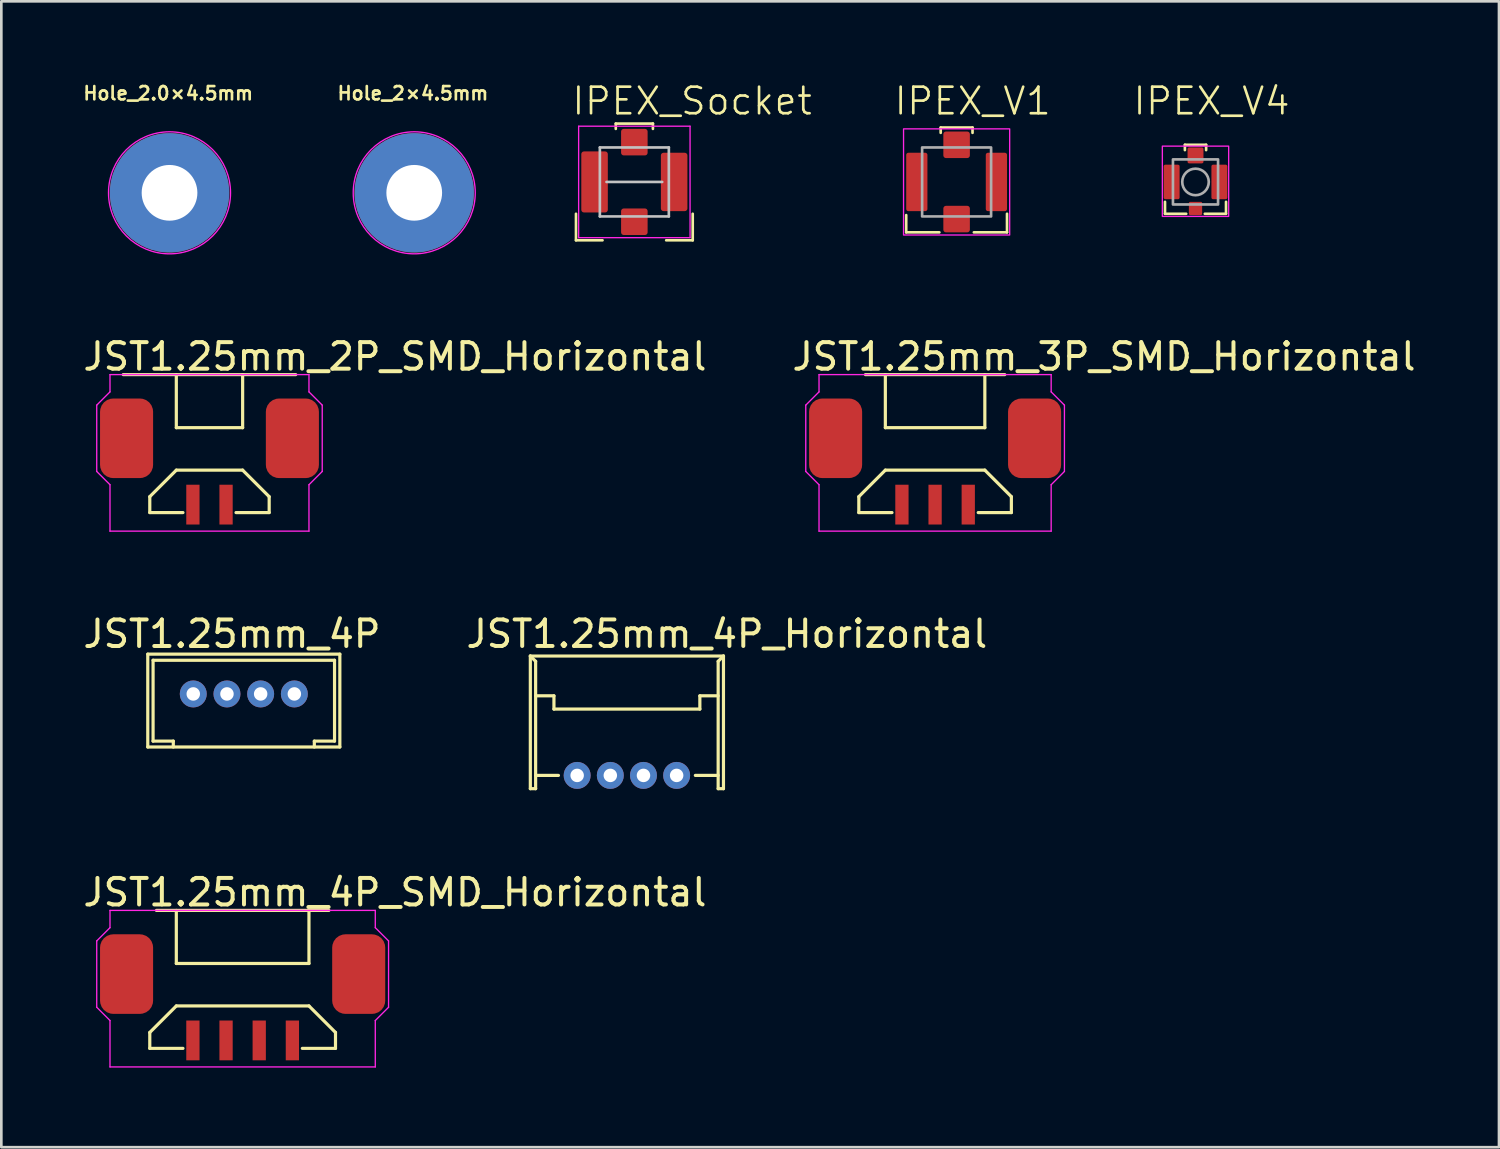
<source format=kicad_pcb>
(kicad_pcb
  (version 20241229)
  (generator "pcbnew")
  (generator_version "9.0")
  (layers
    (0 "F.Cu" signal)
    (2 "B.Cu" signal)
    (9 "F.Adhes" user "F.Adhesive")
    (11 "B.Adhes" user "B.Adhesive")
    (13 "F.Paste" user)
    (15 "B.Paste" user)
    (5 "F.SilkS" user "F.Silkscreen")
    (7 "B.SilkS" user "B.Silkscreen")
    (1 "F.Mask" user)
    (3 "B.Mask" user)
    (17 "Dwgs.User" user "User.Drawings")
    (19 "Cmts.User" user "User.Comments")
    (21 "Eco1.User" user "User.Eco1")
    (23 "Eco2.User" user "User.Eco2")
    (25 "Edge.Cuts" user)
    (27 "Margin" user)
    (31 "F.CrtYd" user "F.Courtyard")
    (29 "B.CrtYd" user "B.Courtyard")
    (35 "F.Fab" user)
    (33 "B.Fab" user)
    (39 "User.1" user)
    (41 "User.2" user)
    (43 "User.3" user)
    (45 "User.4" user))
  (footprint "Hole_2.0×4.5mm"
    (layer "F.Cu")
    (at 3.34 4.218)
    (property "Reference" "Hole_2.0×4.5mm" (at -0.05 -3.75 0) (layer "F.SilkS") (effects (font (size 0.5 0.5) (thickness 0.1) (bold yes))))
    (attr through_hole)
    (fp_circle (center 0 0) (end 2.3 0) (stroke (width 0.05) (type default)) (fill no) (layer "F.CrtYd"))
    (pad "MP" thru_hole circle (at 0 0) (size 4.5 4.5) (drill 2.1) (layers "*.Cu" "*.Mask")))
  (footprint "JST1.25mm_2P_SMD_Horizontal"
    (layer "F.Cu")
    (at 4.846 15.471)
    (property "Reference" "JST1.25mm_2P_SMD_Horizontal" (at -4.846 -5.08 0) (layer "F.SilkS") (effects (font (size 1 1) (thickness 0.15)) (justify left)))
    (attr smd)
    (fp_line (start -3.25 -4.4) (end 3.25 -4.4) (stroke (width 0.12) (type solid)) (layer "F.SilkS"))
    (fp_line (start -2.25 0.2) (end -2.25 0.8) (stroke (width 0.12) (type solid)) (layer "F.SilkS"))
    (fp_line (start -2.25 0.2) (end -1.25 -0.8) (stroke (width 0.12) (type solid)) (layer "F.SilkS"))
    (fp_line (start -2.25 0.8) (end -1 0.8) (stroke (width 0.12) (type solid)) (layer "F.SilkS"))
    (fp_line (start -1.25 -2.4) (end -1.25 -4.4) (stroke (width 0.12) (type solid)) (layer "F.SilkS"))
    (fp_line (start -1.25 -2.4) (end 1.25 -2.4) (stroke (width 0.12) (type solid)) (layer "F.SilkS"))
    (fp_line (start -1.25 -0.8) (end 1.25 -0.8) (stroke (width 0.12) (type solid)) (layer "F.SilkS"))
    (fp_line (start 1 0.8) (end 2.25 0.8) (stroke (width 0.12) (type solid)) (layer "F.SilkS"))
    (fp_line (start 1.25 -2.4) (end 1.25 -4.4) (stroke (width 0.12) (type solid)) (layer "F.SilkS"))
    (fp_line (start 2.25 0.2) (end 1.25 -0.8) (stroke (width 0.12) (type solid)) (layer "F.SilkS"))
    (fp_line (start 2.25 0.2) (end 2.25 0.8) (stroke (width 0.12) (type solid)) (layer "F.SilkS"))
    (fp_line (start -4.25 -3.25) (end -4.25 -0.75) (stroke (width 0.05) (type default)) (layer "F.CrtYd"))
    (fp_line (start -4.25 -0.75) (end -3.75 -0.25) (stroke (width 0.05) (type default)) (layer "F.CrtYd"))
    (fp_line (start -3.75 -4.4) (end -3.75 -3.75) (stroke (width 0.05) (type default)) (layer "F.CrtYd"))
    (fp_line (start -3.75 -3.75) (end -4.25 -3.25) (stroke (width 0.05) (type default)) (layer "F.CrtYd"))
    (fp_line (start -3.75 -0.25) (end -3.75 1.5) (stroke (width 0.05) (type default)) (layer "F.CrtYd"))
    (fp_line (start -3.75 1.5) (end 3.75 1.5) (stroke (width 0.05) (type solid)) (layer "F.CrtYd"))
    (fp_line (start 3.75 -4.4) (end -3.75 -4.4) (stroke (width 0.05) (type solid)) (layer "F.CrtYd"))
    (fp_line (start 3.75 -4.4) (end 3.75 -3.75) (stroke (width 0.05) (type default)) (layer "F.CrtYd"))
    (fp_line (start 3.75 -3.75) (end 4.25 -3.25) (stroke (width 0.05) (type default)) (layer "F.CrtYd"))
    (fp_line (start 3.75 -0.25) (end 3.75 1.5) (stroke (width 0.05) (type default)) (layer "F.CrtYd"))
    (fp_line (start 4.25 -3.25) (end 4.25 -0.75) (stroke (width 0.05) (type default)) (layer "F.CrtYd"))
    (fp_line (start 4.25 -0.75) (end 3.75 -0.25) (stroke (width 0.05) (type default)) (layer "F.CrtYd"))
    (pad "" smd roundrect (at -2.125 -0.5) (size 2 3) (drill (offset -1 -1.5)) (layers "F.Cu" "F.Mask" "F.Paste") (roundrect_rratio 0.25))
    (pad "" smd roundrect (at 2.125 -0.5) (size 2 3) (drill (offset 1 -1.5)) (layers "F.Cu" "F.Mask" "F.Paste") (roundrect_rratio 0.25))
    (pad "1" smd rect (at -0.625 0.5) (size 0.5 1.5) (layers "F.Cu" "F.Mask" "F.Paste"))
    (pad "2" smd rect (at 0.625 0.5) (size 0.5 1.5) (layers "F.Cu" "F.Mask" "F.Paste")))
  (footprint "JST1.25mm_3P_SMD_Horizontal"
    (layer "F.Cu")
    (at 32.197 15.471)
    (property "Reference" "JST1.25mm_3P_SMD_Horizontal" (at -5.471 -5.08 0) (layer "F.SilkS") (effects (font (size 1 1) (thickness 0.15)) (justify left)))
    (attr smd)
    (fp_line (start -2.875 0.2) (end -2.875 0.8) (stroke (width 0.12) (type solid)) (layer "F.SilkS"))
    (fp_line (start -2.875 0.2) (end -1.875 -0.8) (stroke (width 0.12) (type solid)) (layer "F.SilkS"))
    (fp_line (start -2.875 0.8) (end -1.625 0.8) (stroke (width 0.12) (type solid)) (layer "F.SilkS"))
    (fp_line (start -2.625 -4.4) (end 2.625 -4.4) (stroke (width 0.12) (type solid)) (layer "F.SilkS"))
    (fp_line (start -1.875 -2.4) (end -1.875 -4.4) (stroke (width 0.12) (type solid)) (layer "F.SilkS"))
    (fp_line (start -1.875 -2.4) (end 1.875 -2.4) (stroke (width 0.12) (type solid)) (layer "F.SilkS"))
    (fp_line (start -1.875 -0.8) (end 1.875 -0.8) (stroke (width 0.12) (type solid)) (layer "F.SilkS"))
    (fp_line (start 1.625 0.8) (end 2.875 0.8) (stroke (width 0.12) (type solid)) (layer "F.SilkS"))
    (fp_line (start 1.875 -2.4) (end 1.875 -4.4) (stroke (width 0.12) (type solid)) (layer "F.SilkS"))
    (fp_line (start 2.875 0.2) (end 1.875 -0.8) (stroke (width 0.12) (type solid)) (layer "F.SilkS"))
    (fp_line (start 2.875 0.2) (end 2.875 0.8) (stroke (width 0.12) (type solid)) (layer "F.SilkS"))
    (fp_line (start -4.875 -3.25) (end -4.875 -0.75) (stroke (width 0.05) (type default)) (layer "F.CrtYd"))
    (fp_line (start -4.875 -0.75) (end -4.375 -0.25) (stroke (width 0.05) (type default)) (layer "F.CrtYd"))
    (fp_line (start -4.375 -4.4) (end -4.375 -3.75) (stroke (width 0.05) (type default)) (layer "F.CrtYd"))
    (fp_line (start -4.375 -3.75) (end -4.875 -3.25) (stroke (width 0.05) (type default)) (layer "F.CrtYd"))
    (fp_line (start -4.375 -0.25) (end -4.375 1.5) (stroke (width 0.05) (type default)) (layer "F.CrtYd"))
    (fp_line (start -4.375 1.5) (end 4.375 1.5) (stroke (width 0.05) (type solid)) (layer "F.CrtYd"))
    (fp_line (start 4.375 -4.4) (end -4.375 -4.4) (stroke (width 0.05) (type solid)) (layer "F.CrtYd"))
    (fp_line (start 4.375 -4.4) (end 4.375 -3.75) (stroke (width 0.05) (type default)) (layer "F.CrtYd"))
    (fp_line (start 4.375 -3.75) (end 4.875 -3.25) (stroke (width 0.05) (type default)) (layer "F.CrtYd"))
    (fp_line (start 4.375 -0.25) (end 4.375 1.5) (stroke (width 0.05) (type default)) (layer "F.CrtYd"))
    (fp_line (start 4.875 -3.25) (end 4.875 -0.75) (stroke (width 0.05) (type default)) (layer "F.CrtYd"))
    (fp_line (start 4.875 -0.75) (end 4.375 -0.25) (stroke (width 0.05) (type default)) (layer "F.CrtYd"))
    (pad "" smd roundrect (at -2.75 -0.5) (size 2 3) (drill (offset -1 -1.5)) (layers "F.Cu" "F.Mask" "F.Paste") (roundrect_rratio 0.25))
    (pad "" smd roundrect (at 2.75 -0.5) (size 2 3) (drill (offset 1 -1.5)) (layers "F.Cu" "F.Mask" "F.Paste") (roundrect_rratio 0.25))
    (pad "1" smd rect (at -1.25 0.5) (size 0.5 1.5) (layers "F.Cu" "F.Mask" "F.Paste"))
    (pad "2" smd rect (at 0 0.5) (size 0.5 1.5) (layers "F.Cu" "F.Mask" "F.Paste"))
    (pad "3" smd rect (at 1.25 0.5) (size 0.5 1.5) (layers "F.Cu" "F.Mask" "F.Paste")))
  (footprint "JST1.25mm_4P_Horizontal"
    (layer "F.Cu")
    (at 20.58 26.178)
    (property "Reference" "JST1.25mm_4P_Horizontal" (at -6.14 -5.334 0) (layer "F.SilkS") (effects (font (size 1 1) (thickness 0.15)) (justify left)))
    (attr through_hole)
    (fp_line (start -3.64 0.5) (end -3.64 -4.5) (stroke (width 0.12) (type solid)) (layer "F.SilkS"))
    (fp_line (start -3.44 -4.3) (end -3.64 -4.5) (stroke (width 0.12) (type solid)) (layer "F.SilkS"))
    (fp_line (start -3.44 -3) (end -2.75 -3) (stroke (width 0.12) (type solid)) (layer "F.SilkS"))
    (fp_line (start -3.44 0) (end -2.58 0) (stroke (width 0.12) (type solid)) (layer "F.SilkS"))
    (fp_line (start -3.44 0.5) (end -3.64 0.5) (stroke (width 0.12) (type solid)) (layer "F.SilkS"))
    (fp_line (start -3.44 0.5) (end -3.44 -4.3) (stroke (width 0.12) (type solid)) (layer "F.SilkS"))
    (fp_line (start -2.75 -3) (end -2.75 -2.5) (stroke (width 0.12) (type solid)) (layer "F.SilkS"))
    (fp_line (start 2.75 -3) (end 2.75 -2.5) (stroke (width 0.12) (type solid)) (layer "F.SilkS"))
    (fp_line (start 2.75 -2.5) (end -2.75 -2.5) (stroke (width 0.12) (type solid)) (layer "F.SilkS"))
    (fp_line (start 3.44 -4.3) (end 3.64 -4.5) (stroke (width 0.12) (type solid)) (layer "F.SilkS"))
    (fp_line (start 3.44 -3) (end 2.75 -3) (stroke (width 0.12) (type solid)) (layer "F.SilkS"))
    (fp_line (start 3.44 0) (end 2.58 0) (stroke (width 0.12) (type solid)) (layer "F.SilkS"))
    (fp_line (start 3.44 0.5) (end 3.44 -4.3) (stroke (width 0.12) (type solid)) (layer "F.SilkS"))
    (fp_line (start 3.44 0.5) (end 3.64 0.5) (stroke (width 0.12) (type solid)) (layer "F.SilkS"))
    (fp_line (start 3.64 -4.5) (end -3.64 -4.5) (stroke (width 0.12) (type solid)) (layer "F.SilkS"))
    (fp_line (start 3.64 0.5) (end 3.64 -4.5) (stroke (width 0.12) (type solid)) (layer "F.SilkS"))
    (pad "1" thru_hole circle (at -1.875 0) (size 1.016 1.016) (drill 0.508) (layers "*.Cu" "*.Mask"))
    (pad "2" thru_hole circle (at -0.625 0) (size 1.016 1.016) (drill 0.508) (layers "*.Cu" "*.Mask"))
    (pad "3" thru_hole circle (at 0.625 0) (size 1.016 1.016) (drill 0.508) (layers "*.Cu" "*.Mask"))
    (pad "4" thru_hole circle (at 1.875 0) (size 1.016 1.016) (drill 0.508) (layers "*.Cu" "*.Mask")))
  (footprint "IPEX_V4"
    (layer "F.Cu")
    (at 42.013 3.808)
    (property "Reference" "IPEX_V4" (at -2.413 -3.048 0) (unlocked yes) (layer "F.SilkS") (effects (font (size 1 1) (thickness 0.1)) (justify left)))
    (attr smd)
    (fp_line (start -1.15 0.75) (end -1.15 1.2) (stroke (width 0.1) (type default)) (layer "F.SilkS"))
    (fp_line (start -1.15 1.2) (end -0.35 1.2) (stroke (width 0.1) (type default)) (layer "F.SilkS"))
    (fp_line (start -0.4 -1.4) (end 0.4 -1.4) (stroke (width 0.1) (type default)) (layer "F.SilkS"))
    (fp_line (start -0.4 -1.2) (end -0.4 -1.4) (stroke (width 0.1) (type default)) (layer "F.SilkS"))
    (fp_line (start 0.4 -1.2) (end 0.4 -1.4) (stroke (width 0.1) (type default)) (layer "F.SilkS"))
    (fp_line (start 1.15 0.75) (end 1.15 1.2) (stroke (width 0.1) (type default)) (layer "F.SilkS"))
    (fp_line (start 1.15 1.2) (end 0.35 1.2) (stroke (width 0.1) (type default)) (layer "F.SilkS"))
    (fp_rect (start -1.25 -1.35) (end 1.25 1.3) (stroke (width 0.05) (type default)) (fill no) (layer "F.CrtYd"))
    (fp_rect (start -0.85 -0.85) (end 0.85 0.85) (stroke (width 0.1) (type default)) (fill no) (layer "F.Fab"))
    (fp_circle (center 0 0) (end 0.5 0) (stroke (width 0.1) (type default)) (fill no) (layer "F.Fab"))
    (pad "" smd roundrect (at 0 1 180) (size 0.5 0.5) (layers "F.Cu" "F.Mask" "F.Paste") (roundrect_rratio 0.1))
    (pad "1" smd roundrect (at 0 -1 180) (size 0.6 0.6) (layers "F.Cu" "F.Mask" "F.Paste") (roundrect_rratio 0.1))
    (pad "2" smd roundrect (at -0.9 0 180) (size 0.6 1.3) (layers "F.Cu" "F.Mask" "F.Paste") (roundrect_rratio 0.1))
    (pad "2" smd roundrect (at 0.9 0) (size 0.6 1.3) (layers "F.Cu" "F.Mask" "F.Paste") (roundrect_rratio 0.1)))
  (footprint "IPEX_V1"
    (layer "F.Cu")
    (at 33.008 3.808)
    (property "Reference" "IPEX_V1" (at -2.413 -3.048 0) (unlocked yes) (layer "F.SilkS") (effects (font (size 1 1) (thickness 0.1)) (justify left)))
    (attr smd)
    (fp_line (start -1.9 1.25) (end -1.9 1.9) (stroke (width 0.1) (type default)) (layer "F.SilkS"))
    (fp_line (start -1.9 1.9) (end -0.65 1.9) (stroke (width 0.1) (type default)) (layer "F.SilkS"))
    (fp_line (start -0.6 -2.05) (end 0.6 -2.05) (stroke (width 0.1) (type default)) (layer "F.SilkS"))
    (fp_line (start -0.6 -1.85) (end -0.6 -2.05) (stroke (width 0.1) (type default)) (layer "F.SilkS"))
    (fp_line (start 0.6 -1.85) (end 0.6 -2.05) (stroke (width 0.1) (type default)) (layer "F.SilkS"))
    (fp_line (start 1.9 1.2) (end 1.9 1.9) (stroke (width 0.1) (type default)) (layer "F.SilkS"))
    (fp_line (start 1.9 1.9) (end 0.65 1.9) (stroke (width 0.1) (type default)) (layer "F.SilkS"))
    (fp_rect (start -2 -2) (end 2 2) (stroke (width 0.05) (type default)) (fill no) (layer "F.CrtYd"))
    (fp_rect (start -1.3 -1.3) (end 1.3 1.3) (stroke (width 0.1) (type default)) (fill no) (layer "F.Fab"))
    (pad "" smd roundrect (at 0 1.4 180) (size 1 1) (layers "F.Cu" "F.Mask" "F.Paste") (roundrect_rratio 0.1))
    (pad "1" smd roundrect (at 0 -1.4 180) (size 1 1) (layers "F.Cu" "F.Mask" "F.Paste") (roundrect_rratio 0.1))
    (pad "2" smd roundrect (at -1.5 0 180) (size 0.8 2.2) (layers "F.Cu" "F.Mask" "F.Paste") (roundrect_rratio 0.1))
    (pad "2" smd roundrect (at 1.5 0) (size 0.8 2.2) (layers "F.Cu" "F.Mask" "F.Paste") (roundrect_rratio 0.1)))
  (footprint "Hole_2×4.5mm"
    (layer "F.Cu")
    (at 12.564 4.218)
    (property "Reference" "Hole_2×4.5mm" (at -0.05 -3.75 0) (layer "F.SilkS") (effects (font (size 0.5 0.5) (thickness 0.1) (bold yes))))
    (attr through_hole)
    (fp_circle (center 0 0) (end 2.3 0) (stroke (width 0.05) (type default)) (fill no) (layer "F.CrtYd"))
    (pad "1" thru_hole circle (at 0 0) (size 4.5 4.5) (drill 2.1) (layers "*.Cu" "*.Mask")))
  (footprint "JST1.25mm_4P_SMD_Horizontal"
    (layer "F.Cu")
    (at 6.096 35.667)
    (property "Reference" "JST1.25mm_4P_SMD_Horizontal" (at -6.096 -5.08 0) (layer "F.SilkS") (effects (font (size 1 1) (thickness 0.15)) (justify left)))
    (attr smd)
    (fp_line (start -3.5 0.2) (end -3.5 0.8) (stroke (width 0.12) (type solid)) (layer "F.SilkS"))
    (fp_line (start -3.5 0.2) (end -2.5 -0.8) (stroke (width 0.12) (type solid)) (layer "F.SilkS"))
    (fp_line (start -3.5 0.8) (end -2.25 0.8) (stroke (width 0.12) (type solid)) (layer "F.SilkS"))
    (fp_line (start -3.25 -4.4) (end 3.25 -4.4) (stroke (width 0.12) (type solid)) (layer "F.SilkS"))
    (fp_line (start -2.5 -2.4) (end -2.5 -4.4) (stroke (width 0.12) (type solid)) (layer "F.SilkS"))
    (fp_line (start -2.5 -2.4) (end 2.5 -2.4) (stroke (width 0.12) (type solid)) (layer "F.SilkS"))
    (fp_line (start -2.5 -0.8) (end 2.5 -0.8) (stroke (width 0.12) (type solid)) (layer "F.SilkS"))
    (fp_line (start 2.25 0.8) (end 3.5 0.8) (stroke (width 0.12) (type solid)) (layer "F.SilkS"))
    (fp_line (start 2.5 -2.4) (end 2.5 -4.4) (stroke (width 0.12) (type solid)) (layer "F.SilkS"))
    (fp_line (start 3.5 0.2) (end 2.5 -0.8) (stroke (width 0.12) (type solid)) (layer "F.SilkS"))
    (fp_line (start 3.5 0.2) (end 3.5 0.8) (stroke (width 0.12) (type solid)) (layer "F.SilkS"))
    (fp_line (start -5.5 -3.25) (end -5.5 -0.75) (stroke (width 0.05) (type default)) (layer "F.CrtYd"))
    (fp_line (start -5.5 -0.75) (end -5 -0.25) (stroke (width 0.05) (type default)) (layer "F.CrtYd"))
    (fp_line (start -5 -4.4) (end -5 -3.75) (stroke (width 0.05) (type default)) (layer "F.CrtYd"))
    (fp_line (start -5 -3.75) (end -5.5 -3.25) (stroke (width 0.05) (type default)) (layer "F.CrtYd"))
    (fp_line (start -5 -0.25) (end -5 1.5) (stroke (width 0.05) (type default)) (layer "F.CrtYd"))
    (fp_line (start -5 1.5) (end 5 1.5) (stroke (width 0.05) (type solid)) (layer "F.CrtYd"))
    (fp_line (start 5 -4.4) (end -5 -4.4) (stroke (width 0.05) (type solid)) (layer "F.CrtYd"))
    (fp_line (start 5 -4.4) (end 5 -3.75) (stroke (width 0.05) (type default)) (layer "F.CrtYd"))
    (fp_line (start 5 -3.75) (end 5.5 -3.25) (stroke (width 0.05) (type default)) (layer "F.CrtYd"))
    (fp_line (start 5 -0.25) (end 5 1.5) (stroke (width 0.05) (type default)) (layer "F.CrtYd"))
    (fp_line (start 5.5 -3.25) (end 5.5 -0.75) (stroke (width 0.05) (type default)) (layer "F.CrtYd"))
    (fp_line (start 5.5 -0.75) (end 5 -0.25) (stroke (width 0.05) (type default)) (layer "F.CrtYd"))
    (pad "" smd roundrect (at -3.375 -0.5) (size 2 3) (drill (offset -1 -1.5)) (layers "F.Cu" "F.Mask" "F.Paste") (roundrect_rratio 0.25))
    (pad "" smd roundrect (at 3.375 -0.5) (size 2 3) (drill (offset 1 -1.5)) (layers "F.Cu" "F.Mask" "F.Paste") (roundrect_rratio 0.25))
    (pad "1" smd rect (at -1.875 0.5) (size 0.5 1.5) (layers "F.Cu" "F.Mask" "F.Paste"))
    (pad "2" smd rect (at -0.625 0.5) (size 0.5 1.5) (layers "F.Cu" "F.Mask" "F.Paste"))
    (pad "3" smd rect (at 0.625 0.5) (size 0.5 1.5) (layers "F.Cu" "F.Mask" "F.Paste"))
    (pad "4" smd rect (at 1.875 0.5) (size 0.5 1.5) (layers "F.Cu" "F.Mask" "F.Paste")))
  (footprint "IPEX_Socket"
    (layer "F.Cu")
    (at 20.861 3.808)
    (property "Reference" "IPEX_Socket" (at -2.413 -3.048 0) (unlocked yes) (layer "F.SilkS") (effects (font (size 1 1) (thickness 0.1)) (justify left)))
    (attr smd)
    (fp_line (start -2.2 1.2) (end -2.2 2.2) (stroke (width 0.1) (type default)) (layer "F.SilkS"))
    (fp_line (start -2.2 2.2) (end -1.2 2.2) (stroke (width 0.1) (type default)) (layer "F.SilkS"))
    (fp_line (start -0.7 -2.2) (end 0.7 -2.2) (stroke (width 0.1) (type default)) (layer "F.SilkS"))
    (fp_line (start -0.7 -2) (end -0.7 -2.2) (stroke (width 0.1) (type default)) (layer "F.SilkS"))
    (fp_line (start 0.7 -2) (end 0.7 -2.2) (stroke (width 0.1) (type default)) (layer "F.SilkS"))
    (fp_line (start 2.2 1.2) (end 2.2 2.2) (stroke (width 0.1) (type default)) (layer "F.SilkS"))
    (fp_line (start 2.2 2.2) (end 1.2 2.2) (stroke (width 0.1) (type default)) (layer "F.SilkS"))
    (fp_line (start -1.3 -1.3) (end -1.3 1.3) (stroke (width 0.1) (type default)) (layer "Dwgs.User"))
    (fp_line (start -1.3 -1.3) (end 1.3 -1.3) (stroke (width 0.1) (type default)) (layer "Dwgs.User"))
    (fp_line (start -1.3 1.3) (end 1.3 1.3) (stroke (width 0.1) (type default)) (layer "Dwgs.User"))
    (fp_line (start -1.05 0) (end 1.05 0) (stroke (width 0.1) (type default)) (layer "Dwgs.User"))
    (fp_line (start 1.3 -1.3) (end 1.3 1.3) (stroke (width 0.1) (type default)) (layer "Dwgs.User"))
    (fp_line (start -2.1 -2.1) (end 2.1 -2.1) (stroke (width 0.05) (type default)) (layer "F.CrtYd"))
    (fp_line (start -2.1 2.1) (end -2.1 -2.1) (stroke (width 0.05) (type default)) (layer "F.CrtYd"))
    (fp_line (start 2.1 -2.1) (end 2.1 2.1) (stroke (width 0.05) (type default)) (layer "F.CrtYd"))
    (fp_line (start 2.1 2.1) (end -2.1 2.1) (stroke (width 0.05) (type default)) (layer "F.CrtYd"))
    (pad "" smd roundrect (at 0 1.5 180) (size 1 1) (layers "F.Cu" "F.Mask" "F.Paste") (roundrect_rratio 0.1))
    (pad "1" smd roundrect (at 0 -1.5 180) (size 1 1) (layers "F.Cu" "F.Mask" "F.Paste") (roundrect_rratio 0.1))
    (pad "2" smd roundrect (at -1.5 0 180) (size 1 2.3) (layers "F.Cu" "F.Mask" "F.Paste") (roundrect_rratio 0.1))
    (pad "2" smd roundrect (at 1.5 0) (size 1 2.2) (layers "F.Cu" "F.Mask" "F.Paste") (roundrect_rratio 0.1)))
  (footprint "JST1.25mm_4P"
    (layer "F.Cu")
    (at 6.14 23.107)
    (property "Reference" "JST1.25mm_4P" (at -6.14 -2.262 0) (layer "F.SilkS") (effects (font (size 1 1) (thickness 0.15)) (justify left)))
    (attr through_hole)
    (fp_line (start -3.62 -1.5) (end -3.62 2) (stroke (width 0.12) (type solid)) (layer "F.SilkS"))
    (fp_line (start -3.62 -1.5) (end 3.62 -1.5) (stroke (width 0.12) (type solid)) (layer "F.SilkS"))
    (fp_line (start -3.62 2) (end 3.62 2) (stroke (width 0.12) (type solid)) (layer "F.SilkS"))
    (fp_line (start -3.42 -1.27) (end -3.42 1.778) (stroke (width 0.12) (type solid)) (layer "F.SilkS"))
    (fp_line (start -3.42 -1.27) (end 3.42 -1.27) (stroke (width 0.12) (type solid)) (layer "F.SilkS"))
    (fp_line (start -3.42 1.778) (end -2.658 1.778) (stroke (width 0.12) (type solid)) (layer "F.SilkS"))
    (fp_line (start -2.658 1.778) (end -2.658 2) (stroke (width 0.12) (type solid)) (layer "F.SilkS"))
    (fp_line (start 2.658 1.778) (end 2.658 2) (stroke (width 0.12) (type solid)) (layer "F.SilkS"))
    (fp_line (start 2.658 1.778) (end 3.42 1.778) (stroke (width 0.12) (type solid)) (layer "F.SilkS"))
    (fp_line (start 3.42 -1.27) (end 3.42 1.778) (stroke (width 0.12) (type solid)) (layer "F.SilkS"))
    (fp_line (start 3.62 -1.5) (end 3.62 2) (stroke (width 0.12) (type solid)) (layer "F.SilkS"))
    (pad "1" thru_hole circle (at -1.905 0) (size 1.016 1.016) (drill 0.508) (layers "*.Cu" "*.Mask"))
    (pad "2" thru_hole circle (at -0.635 0) (size 1.016 1.016) (drill 0.508) (layers "*.Cu" "*.Mask"))
    (pad "3" thru_hole circle (at 0.635 0) (size 1.016 1.016) (drill 0.508) (layers "*.Cu" "*.Mask"))
    (pad "4" thru_hole circle (at 1.905 0) (size 1.016 1.016) (drill 0.508) (layers "*.Cu" "*.Mask")))
  (gr_rect
    (start -3 -3)
    (end 53.452 40.192)
    (stroke (width 0.1) (type default))
    (fill no)
    (layer "Edge.Cuts")))
</source>
